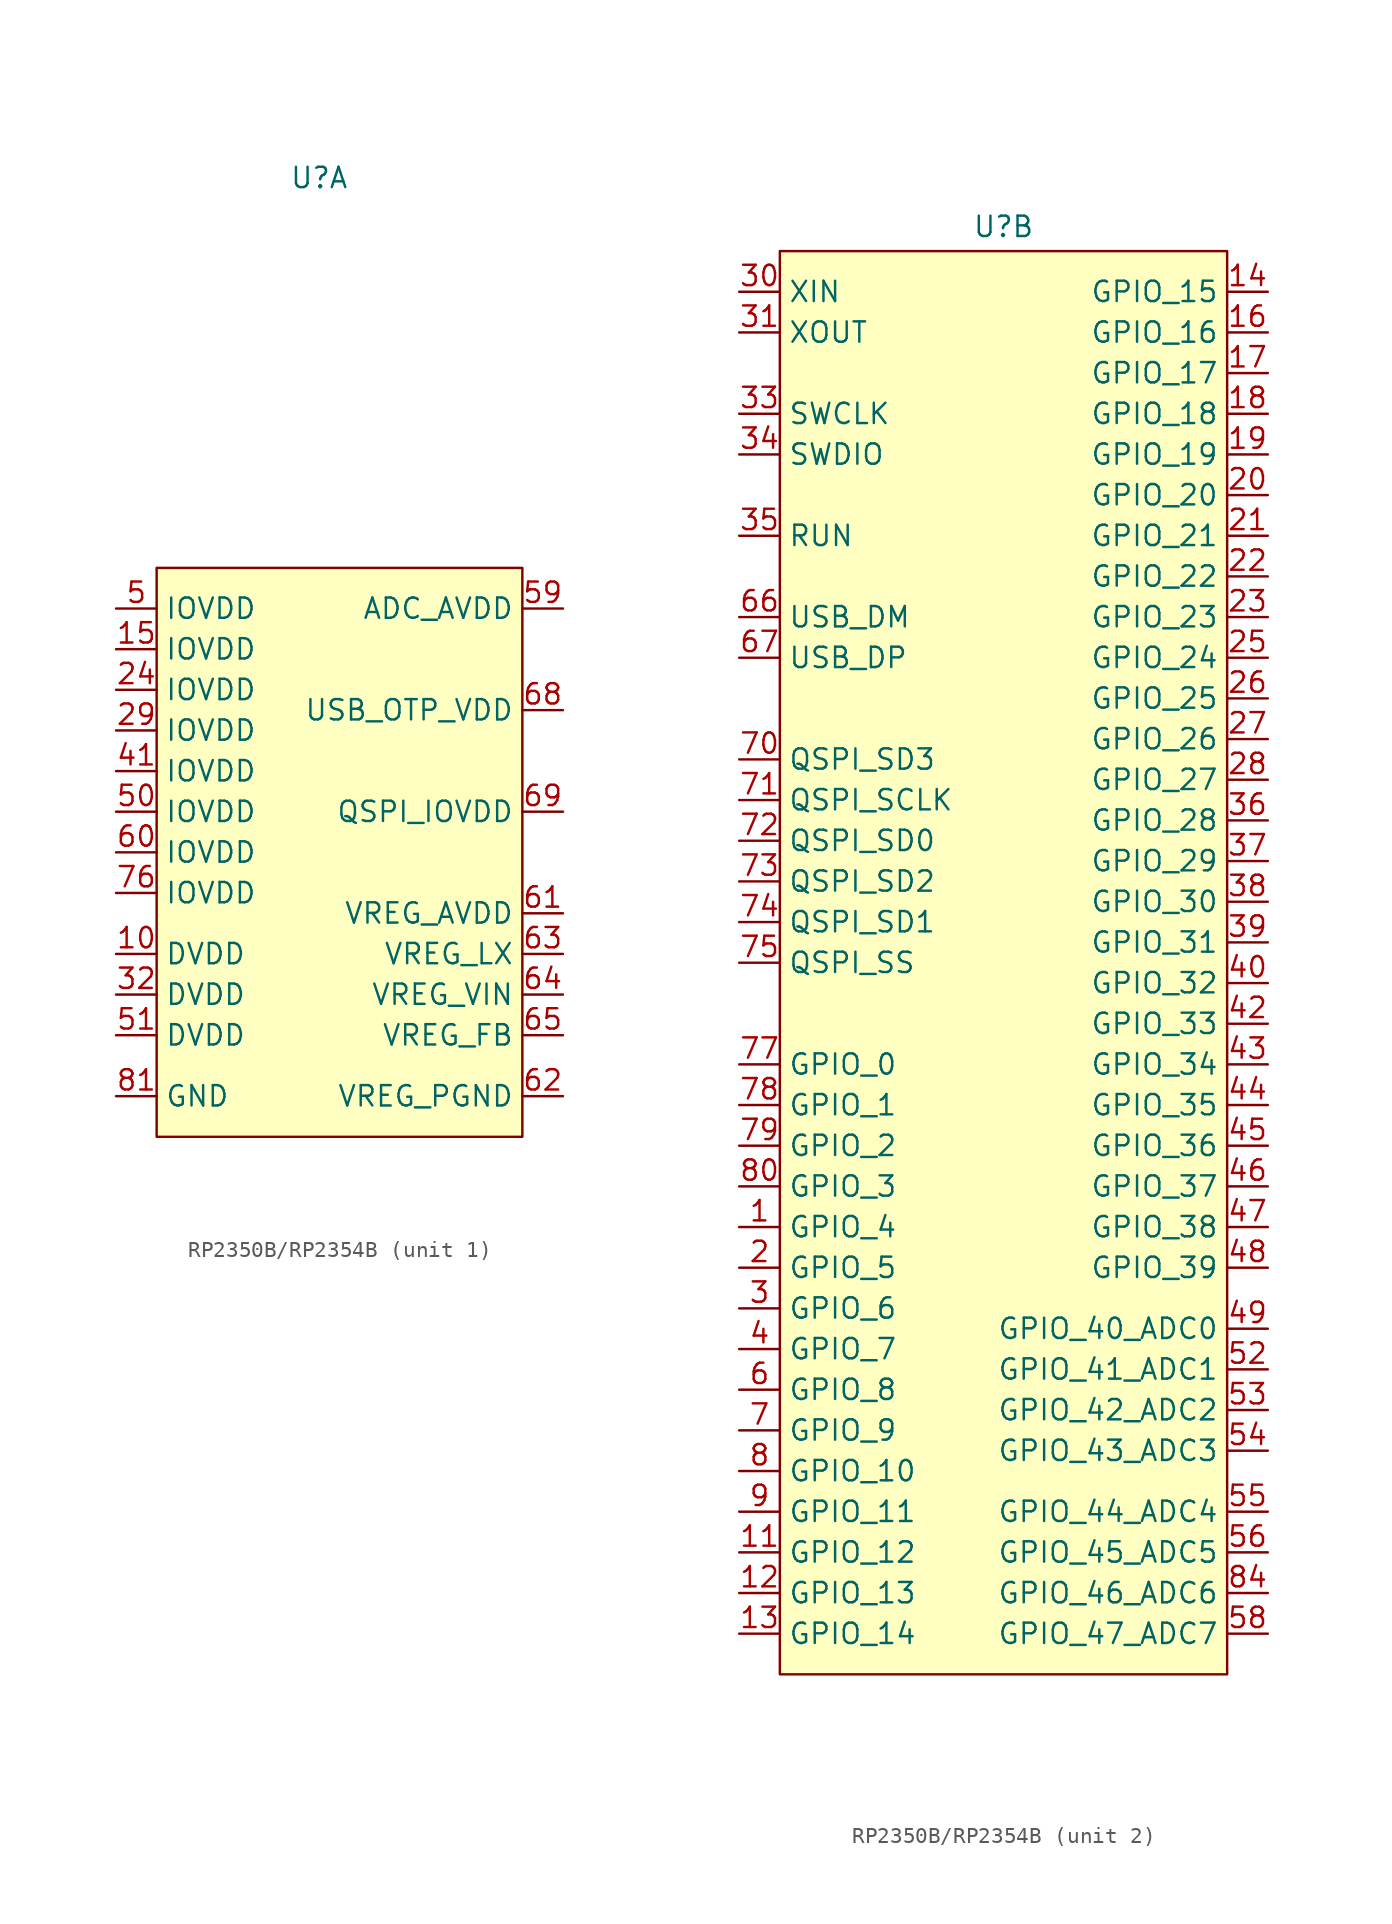
<source format=kicad_sym>
(kicad_symbol_lib
  (version 20231120)
  (generator "kicad_symbol_editor")
  (generator_version "8.0")
  (symbol "RP2350B/RP2354B"
    (property "Reference" "U"
      (at -1.27 35.814 0)
      (effects (font (size 1.27 1.27))))
    (property "Value" ""
      (at -1.27 22.86 0)
      (effects (font (size 1.27 1.27))))
    (property "ki_locked" ""
      (at 0 0 0)
      (effects (font (size 1.27 1.27))))
    (symbol "RP2350B/RP2354B_1_1"
      (rectangle (start -11.43 11.43) (end 11.43 -24.13) (stroke (width 0) (type default) (color 132 0 0 1)) (fill (type color) (color 255 255 194 1)))
      (pin power_in line (at -13.97 -12.7 0) (length 2.54) (name "DVDD" (effects (font (size 1.27 1.27)))) (number "10" (effects (font (size 1.27 1.27)))))
      (pin power_in line (at -13.97 6.35 0) (length 2.54) (name "IOVDD" (effects (font (size 1.27 1.27)))) (number "15" (effects (font (size 1.27 1.27)))))
      (pin power_in line (at -13.97 3.81 0) (length 2.54) (name "IOVDD" (effects (font (size 1.27 1.27)))) (number "24" (effects (font (size 1.27 1.27)))))
      (pin power_in line (at -13.97 1.27 0) (length 2.54) (name "IOVDD" (effects (font (size 1.27 1.27)))) (number "29" (effects (font (size 1.27 1.27)))))
      (pin power_in line (at -13.97 -15.24 0) (length 2.54) (name "DVDD" (effects (font (size 1.27 1.27)))) (number "32" (effects (font (size 1.27 1.27)))))
      (pin power_in line (at -13.97 -1.27 0) (length 2.54) (name "IOVDD" (effects (font (size 1.27 1.27)))) (number "41" (effects (font (size 1.27 1.27)))))
      (pin power_in line (at -13.97 8.89 0) (length 2.54) (name "IOVDD" (effects (font (size 1.27 1.27)))) (number "5" (effects (font (size 1.27 1.27)))))
      (pin power_in line (at -13.97 -3.81 0) (length 2.54) (name "IOVDD" (effects (font (size 1.27 1.27)))) (number "50" (effects (font (size 1.27 1.27)))))
      (pin power_in line (at -13.97 -17.78 0) (length 2.54) (name "DVDD" (effects (font (size 1.27 1.27)))) (number "51" (effects (font (size 1.27 1.27)))))
      (pin power_in line (at 13.97 8.89 180) (length 2.54) (name "ADC_AVDD" (effects (font (size 1.27 1.27)))) (number "59" (effects (font (size 1.27 1.27)))))
      (pin power_in line (at -13.97 -6.35 0) (length 2.54) (name "IOVDD" (effects (font (size 1.27 1.27)))) (number "60" (effects (font (size 1.27 1.27)))))
      (pin power_in line (at 13.97 -10.16 180) (length 2.54) (name "VREG_AVDD" (effects (font (size 1.27 1.27)))) (number "61" (effects (font (size 1.27 1.27)))))
      (pin power_in line (at 13.97 -21.59 180) (length 2.54) (name "VREG_PGND" (effects (font (size 1.27 1.27)))) (number "62" (effects (font (size 1.27 1.27)))))
      (pin power_in line (at 13.97 -12.7 180) (length 2.54) (name "VREG_LX" (effects (font (size 1.27 1.27)))) (number "63" (effects (font (size 1.27 1.27)))))
      (pin power_in line (at 13.97 -15.24 180) (length 2.54) (name "VREG_VIN" (effects (font (size 1.27 1.27)))) (number "64" (effects (font (size 1.27 1.27)))))
      (pin power_in line (at 13.97 -17.78 180) (length 2.54) (name "VREG_FB" (effects (font (size 1.27 1.27)))) (number "65" (effects (font (size 1.27 1.27)))))
      (pin power_in line (at 13.97 2.54 180) (length 2.54) (name "USB_OTP_VDD" (effects (font (size 1.27 1.27)))) (number "68" (effects (font (size 1.27 1.27)))))
      (pin power_in line (at 13.97 -3.81 180) (length 2.54) (name "QSPI_IOVDD" (effects (font (size 1.27 1.27)))) (number "69" (effects (font (size 1.27 1.27)))))
      (pin power_in line (at -13.97 -8.89 0) (length 2.54) (name "IOVDD" (effects (font (size 1.27 1.27)))) (number "76" (effects (font (size 1.27 1.27)))))
      (pin power_in line (at -13.97 -21.59 0) (length 2.54) (name "GND" (effects (font (size 1.27 1.27)))) (number "81" (effects (font (size 1.27 1.27))))))
    (symbol "RP2350B/RP2354B_2_0"
      (pin bidirectional line (at -17.78 -46.99 0) (length 2.54) (name "GPIO_12" (effects (font (size 1.27 1.27)))) (number "11" (effects (font (size 1.27 1.27)))))
      (pin bidirectional line (at -17.78 -49.53 0) (length 2.54) (name "GPIO_13" (effects (font (size 1.27 1.27)))) (number "12" (effects (font (size 1.27 1.27)))))
      (pin bidirectional line (at -17.78 -52.07 0) (length 2.54) (name "GPIO_14" (effects (font (size 1.27 1.27)))) (number "13" (effects (font (size 1.27 1.27)))))
      (pin bidirectional line (at 15.24 31.75 180) (length 2.54) (name "GPIO_15" (effects (font (size 1.27 1.27)))) (number "14" (effects (font (size 1.27 1.27)))))
      (pin bidirectional line (at 15.24 29.21 180) (length 2.54) (name "GPIO_16" (effects (font (size 1.27 1.27)))) (number "16" (effects (font (size 1.27 1.27)))))
      (pin bidirectional line (at 15.24 26.67 180) (length 2.54) (name "GPIO_17" (effects (font (size 1.27 1.27)))) (number "17" (effects (font (size 1.27 1.27)))))
      (pin bidirectional line (at 15.24 24.13 180) (length 2.54) (name "GPIO_18" (effects (font (size 1.27 1.27)))) (number "18" (effects (font (size 1.27 1.27)))))
      (pin bidirectional line (at 15.24 21.59 180) (length 2.54) (name "GPIO_19" (effects (font (size 1.27 1.27)))) (number "19" (effects (font (size 1.27 1.27)))))
      (pin bidirectional line (at 15.24 19.05 180) (length 2.54) (name "GPIO_20" (effects (font (size 1.27 1.27)))) (number "20" (effects (font (size 1.27 1.27)))))
      (pin bidirectional line (at 15.24 16.51 180) (length 2.54) (name "GPIO_21" (effects (font (size 1.27 1.27)))) (number "21" (effects (font (size 1.27 1.27)))))
      (pin bidirectional line (at 15.24 13.97 180) (length 2.54) (name "GPIO_22" (effects (font (size 1.27 1.27)))) (number "22" (effects (font (size 1.27 1.27)))))
      (pin bidirectional line (at 15.24 11.43 180) (length 2.54) (name "GPIO_23" (effects (font (size 1.27 1.27)))) (number "23" (effects (font (size 1.27 1.27)))))
      (pin bidirectional line (at 15.24 8.89 180) (length 2.54) (name "GPIO_24" (effects (font (size 1.27 1.27)))) (number "25" (effects (font (size 1.27 1.27)))))
      (pin bidirectional line (at 15.24 6.35 180) (length 2.54) (name "GPIO_25" (effects (font (size 1.27 1.27)))) (number "26" (effects (font (size 1.27 1.27)))))
      (pin bidirectional line (at 15.24 3.81 180) (length 2.54) (name "GPIO_26" (effects (font (size 1.27 1.27)))) (number "27" (effects (font (size 1.27 1.27)))))
      (pin bidirectional line (at 15.24 1.27 180) (length 2.54) (name "GPIO_27" (effects (font (size 1.27 1.27)))) (number "28" (effects (font (size 1.27 1.27)))))
      (pin bidirectional line (at 15.24 -1.27 180) (length 2.54) (name "GPIO_28" (effects (font (size 1.27 1.27)))) (number "36" (effects (font (size 1.27 1.27)))))
      (pin bidirectional line (at 15.24 -3.81 180) (length 2.54) (name "GPIO_29" (effects (font (size 1.27 1.27)))) (number "37" (effects (font (size 1.27 1.27)))))
      (pin bidirectional line (at 15.24 -6.35 180) (length 2.54) (name "GPIO_30" (effects (font (size 1.27 1.27)))) (number "38" (effects (font (size 1.27 1.27)))))
      (pin bidirectional line (at 15.24 -8.89 180) (length 2.54) (name "GPIO_31" (effects (font (size 1.27 1.27)))) (number "39" (effects (font (size 1.27 1.27)))))
      (pin bidirectional line (at -17.78 -34.29 0) (length 2.54) (name "GPIO_7" (effects (font (size 1.27 1.27)))) (number "4" (effects (font (size 1.27 1.27)))))
      (pin bidirectional line (at 15.24 -11.43 180) (length 2.54) (name "GPIO_32" (effects (font (size 1.27 1.27)))) (number "40" (effects (font (size 1.27 1.27)))))
      (pin bidirectional line (at 15.24 -13.97 180) (length 2.54) (name "GPIO_33" (effects (font (size 1.27 1.27)))) (number "42" (effects (font (size 1.27 1.27)))))
      (pin bidirectional line (at 15.24 -16.51 180) (length 2.54) (name "GPIO_34" (effects (font (size 1.27 1.27)))) (number "43" (effects (font (size 1.27 1.27)))))
      (pin bidirectional line (at 15.24 -19.05 180) (length 2.54) (name "GPIO_35" (effects (font (size 1.27 1.27)))) (number "44" (effects (font (size 1.27 1.27)))))
      (pin bidirectional line (at 15.24 -21.59 180) (length 2.54) (name "GPIO_36" (effects (font (size 1.27 1.27)))) (number "45" (effects (font (size 1.27 1.27)))))
      (pin bidirectional line (at 15.24 -24.13 180) (length 2.54) (name "GPIO_37" (effects (font (size 1.27 1.27)))) (number "46" (effects (font (size 1.27 1.27)))))
      (pin bidirectional line (at 15.24 -26.67 180) (length 2.54) (name "GPIO_38" (effects (font (size 1.27 1.27)))) (number "47" (effects (font (size 1.27 1.27)))))
      (pin bidirectional line (at 15.24 -29.21 180) (length 2.54) (name "GPIO_39" (effects (font (size 1.27 1.27)))) (number "48" (effects (font (size 1.27 1.27)))))
      (pin bidirectional line (at 15.24 -33.02 180) (length 2.54) (name "GPIO_40_ADC0" (effects (font (size 1.27 1.27)))) (number "49" (effects (font (size 1.27 1.27)))))
      (pin bidirectional line (at 15.24 -35.56 180) (length 2.54) (name "GPIO_41_ADC1" (effects (font (size 1.27 1.27)))) (number "52" (effects (font (size 1.27 1.27)))))
      (pin bidirectional line (at 15.24 -38.1 180) (length 2.54) (name "GPIO_42_ADC2" (effects (font (size 1.27 1.27)))) (number "53" (effects (font (size 1.27 1.27)))))
      (pin bidirectional line (at 15.24 -40.64 180) (length 2.54) (name "GPIO_43_ADC3" (effects (font (size 1.27 1.27)))) (number "54" (effects (font (size 1.27 1.27)))))
      (pin bidirectional line (at 15.24 -44.45 180) (length 2.54) (name "GPIO_44_ADC4" (effects (font (size 1.27 1.27)))) (number "55" (effects (font (size 1.27 1.27)))))
      (pin bidirectional line (at 15.24 -46.99 180) (length 2.54) (name "GPIO_45_ADC5" (effects (font (size 1.27 1.27)))) (number "56" (effects (font (size 1.27 1.27)))))
      (pin bidirectional line (at 15.24 -52.07 180) (length 2.54) (name "GPIO_47_ADC7" (effects (font (size 1.27 1.27)))) (number "58" (effects (font (size 1.27 1.27)))))
      (pin bidirectional line (at -17.78 -36.83 0) (length 2.54) (name "GPIO_8" (effects (font (size 1.27 1.27)))) (number "6" (effects (font (size 1.27 1.27)))))
      (pin bidirectional line (at -17.78 -39.37 0) (length 2.54) (name "GPIO_9" (effects (font (size 1.27 1.27)))) (number "7" (effects (font (size 1.27 1.27)))))
      (pin bidirectional line (at -17.78 -41.91 0) (length 2.54) (name "GPIO_10" (effects (font (size 1.27 1.27)))) (number "8" (effects (font (size 1.27 1.27)))))
      (pin bidirectional line (at 15.24 -49.53 180) (length 2.54) (name "GPIO_46_ADC6" (effects (font (size 1.27 1.27)))) (number "84" (effects (font (size 1.27 1.27)))))
      (pin bidirectional line (at -17.78 -44.45 0) (length 2.54) (name "GPIO_11" (effects (font (size 1.27 1.27)))) (number "9" (effects (font (size 1.27 1.27))))))
    (symbol "RP2350B/RP2354B_2_1"
      (rectangle (start -15.24 34.29) (end 12.7 -54.61) (stroke (width 0) (type default) (color 132 0 0 1)) (fill (type color) (color 255 255 194 1)))
      (pin bidirectional line (at -17.78 -26.67 0) (length 2.54) (name "GPIO_4" (effects (font (size 1.27 1.27)))) (number "1" (effects (font (size 1.27 1.27)))))
      (pin bidirectional line (at -17.78 -29.21 0) (length 2.54) (name "GPIO_5" (effects (font (size 1.27 1.27)))) (number "2" (effects (font (size 1.27 1.27)))))
      (pin bidirectional line (at -17.78 -31.75 0) (length 2.54) (name "GPIO_6" (effects (font (size 1.27 1.27)))) (number "3" (effects (font (size 1.27 1.27)))))
      (pin input line (at -17.78 31.75 0) (length 2.54) (name "XIN" (effects (font (size 1.27 1.27)))) (number "30" (effects (font (size 1.27 1.27)))))
      (pin output line (at -17.78 29.21 0) (length 2.54) (name "XOUT" (effects (font (size 1.27 1.27)))) (number "31" (effects (font (size 1.27 1.27)))))
      (pin input line (at -17.78 24.13 0) (length 2.54) (name "SWCLK" (effects (font (size 1.27 1.27)))) (number "33" (effects (font (size 1.27 1.27)))))
      (pin bidirectional line (at -17.78 21.59 0) (length 2.54) (name "SWDIO" (effects (font (size 1.27 1.27)))) (number "34" (effects (font (size 1.27 1.27)))))
      (pin bidirectional line (at -17.78 16.51 0) (length 2.54) (name "RUN" (effects (font (size 1.27 1.27)))) (number "35" (effects (font (size 1.27 1.27)))))
      (pin bidirectional line (at -17.78 11.43 0) (length 2.54) (name "USB_DM" (effects (font (size 1.27 1.27)))) (number "66" (effects (font (size 1.27 1.27)))))
      (pin bidirectional line (at -17.78 8.89 0) (length 2.54) (name "USB_DP" (effects (font (size 1.27 1.27)))) (number "67" (effects (font (size 1.27 1.27)))))
      (pin bidirectional line (at -17.78 2.54 0) (length 2.54) (name "QSPI_SD3" (effects (font (size 1.27 1.27)))) (number "70" (effects (font (size 1.27 1.27)))))
      (pin bidirectional line (at -17.78 0 0) (length 2.54) (name "QSPI_SCLK" (effects (font (size 1.27 1.27)))) (number "71" (effects (font (size 1.27 1.27)))))
      (pin bidirectional line (at -17.78 -2.54 0) (length 2.54) (name "QSPI_SD0" (effects (font (size 1.27 1.27)))) (number "72" (effects (font (size 1.27 1.27)))))
      (pin bidirectional line (at -17.78 -5.08 0) (length 2.54) (name "QSPI_SD2" (effects (font (size 1.27 1.27)))) (number "73" (effects (font (size 1.27 1.27)))))
      (pin bidirectional line (at -17.78 -7.62 0) (length 2.54) (name "QSPI_SD1" (effects (font (size 1.27 1.27)))) (number "74" (effects (font (size 1.27 1.27)))))
      (pin bidirectional line (at -17.78 -10.16 0) (length 2.54) (name "QSPI_SS" (effects (font (size 1.27 1.27)))) (number "75" (effects (font (size 1.27 1.27)))))
      (pin bidirectional line (at -17.78 -16.51 0) (length 2.54) (name "GPIO_0" (effects (font (size 1.27 1.27)))) (number "77" (effects (font (size 1.27 1.27)))))
      (pin bidirectional line (at -17.78 -19.05 0) (length 2.54) (name "GPIO_1" (effects (font (size 1.27 1.27)))) (number "78" (effects (font (size 1.27 1.27)))))
      (pin bidirectional line (at -17.78 -21.59 0) (length 2.54) (name "GPIO_2" (effects (font (size 1.27 1.27)))) (number "79" (effects (font (size 1.27 1.27)))))
      (pin bidirectional line (at -17.78 -24.13 0) (length 2.54) (name "GPIO_3" (effects (font (size 1.27 1.27)))) (number "80" (effects (font (size 1.27 1.27))))))))
</source>
